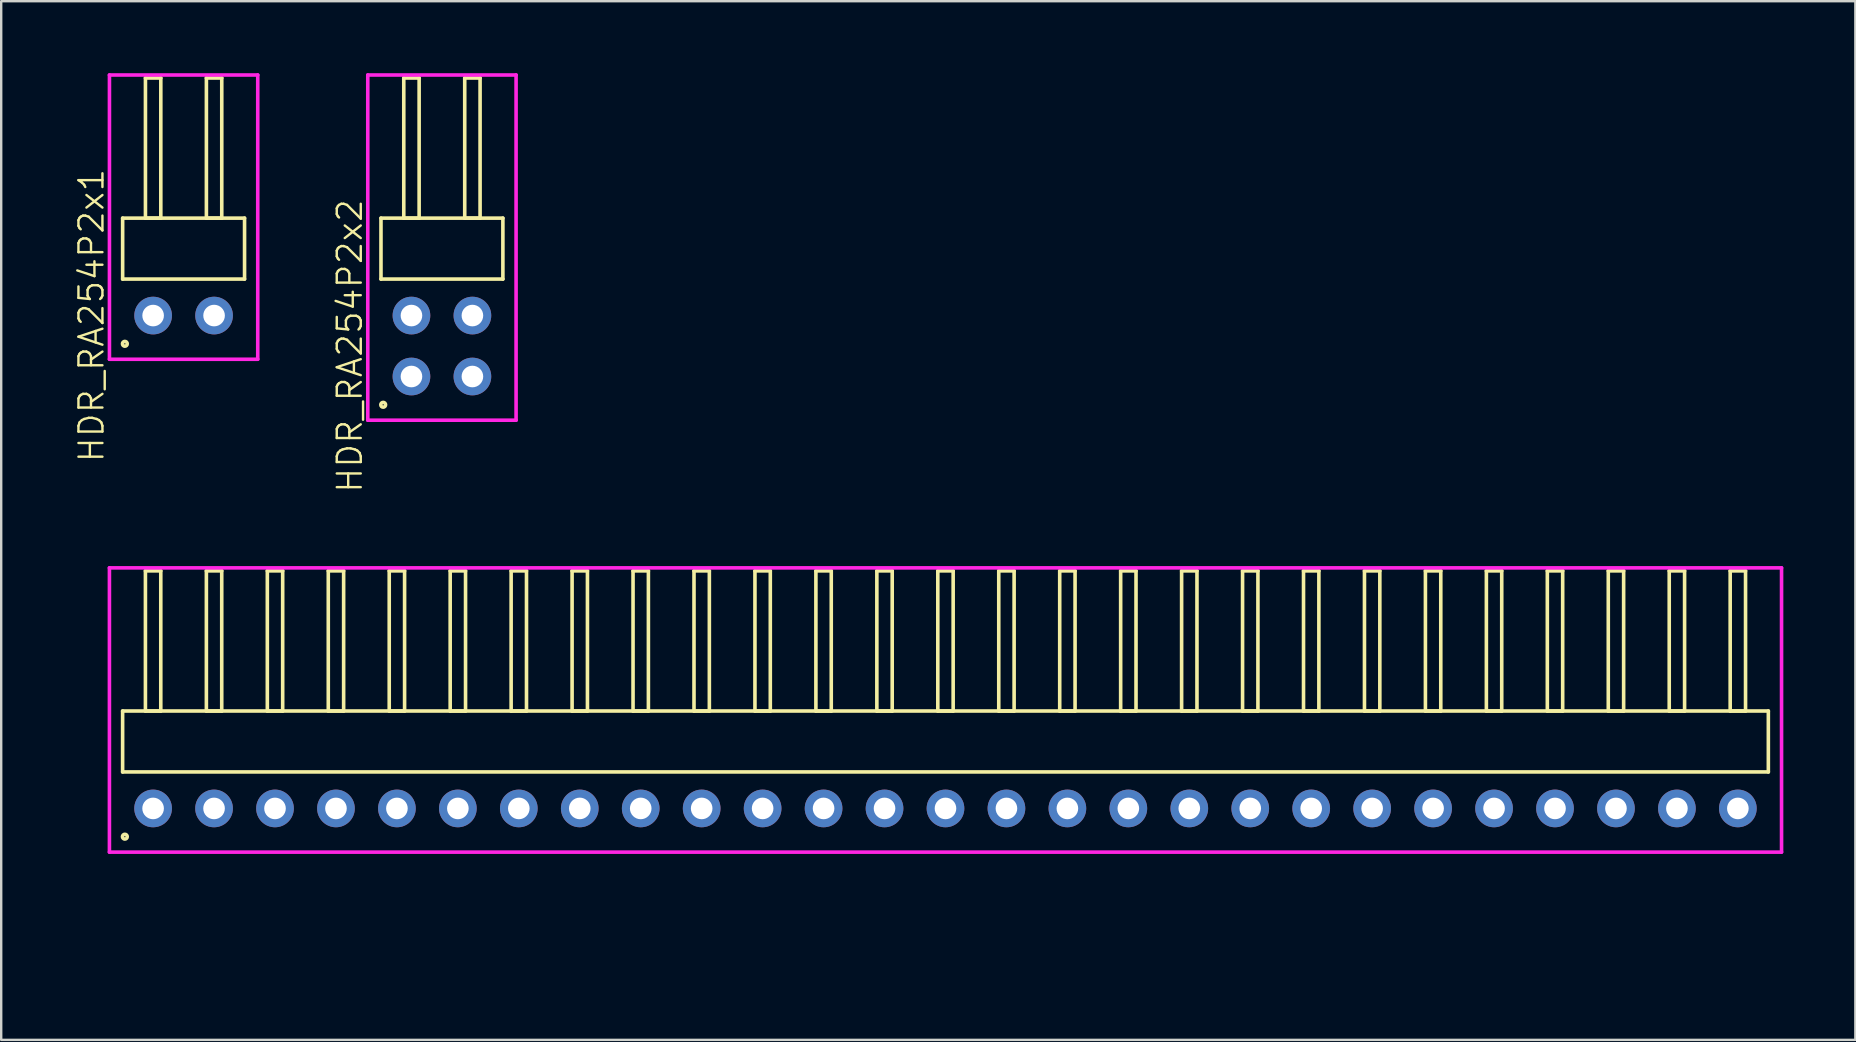
<source format=kicad_pcb>
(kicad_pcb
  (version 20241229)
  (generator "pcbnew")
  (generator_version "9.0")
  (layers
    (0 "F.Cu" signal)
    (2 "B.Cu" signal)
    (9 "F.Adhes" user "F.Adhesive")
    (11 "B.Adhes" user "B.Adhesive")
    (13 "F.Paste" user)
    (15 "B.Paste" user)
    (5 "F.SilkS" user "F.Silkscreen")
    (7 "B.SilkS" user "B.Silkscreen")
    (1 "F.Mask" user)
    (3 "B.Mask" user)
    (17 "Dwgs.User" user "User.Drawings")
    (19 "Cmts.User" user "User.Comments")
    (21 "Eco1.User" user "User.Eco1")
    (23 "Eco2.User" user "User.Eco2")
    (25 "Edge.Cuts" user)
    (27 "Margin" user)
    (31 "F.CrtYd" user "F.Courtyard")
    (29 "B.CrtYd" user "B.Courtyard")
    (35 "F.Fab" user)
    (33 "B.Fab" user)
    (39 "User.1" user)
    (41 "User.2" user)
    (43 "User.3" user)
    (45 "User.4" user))
  (footprint "HDR_RA254P27x1"
    (layer "F.Cu")
    (at 36.35 30.639)
    (property "Reference" "HDR_RA254P27x1" (at -35.59 0 90) (layer "User.1") (effects (font (size 1 1) (thickness 0.1))))
    (attr through_hole)
    (fp_line (start -34.29 -4.06) (end -34.29 -1.52) (stroke (width 0.15) (type solid)) (layer "F.SilkS"))
    (fp_line (start -34.29 -1.52) (end 34.29 -1.52) (stroke (width 0.15) (type solid)) (layer "F.SilkS"))
    (fp_line (start -33.34 -9.9) (end -33.34 -4.06) (stroke (width 0.15) (type solid)) (layer "F.SilkS"))
    (fp_line (start -33.34 -4.06) (end -32.7 -4.06) (stroke (width 0.15) (type solid)) (layer "F.SilkS"))
    (fp_line (start -32.7 -9.9) (end -33.34 -9.9) (stroke (width 0.15) (type solid)) (layer "F.SilkS"))
    (fp_line (start -32.7 -4.06) (end -32.7 -9.9) (stroke (width 0.15) (type solid)) (layer "F.SilkS"))
    (fp_line (start -30.8 -9.9) (end -30.8 -4.06) (stroke (width 0.15) (type solid)) (layer "F.SilkS"))
    (fp_line (start -30.8 -4.06) (end -30.16 -4.06) (stroke (width 0.15) (type solid)) (layer "F.SilkS"))
    (fp_line (start -30.16 -9.9) (end -30.8 -9.9) (stroke (width 0.15) (type solid)) (layer "F.SilkS"))
    (fp_line (start -30.16 -4.06) (end -30.16 -9.9) (stroke (width 0.15) (type solid)) (layer "F.SilkS"))
    (fp_line (start -28.26 -9.9) (end -28.26 -4.06) (stroke (width 0.15) (type solid)) (layer "F.SilkS"))
    (fp_line (start -28.26 -4.06) (end -27.62 -4.06) (stroke (width 0.15) (type solid)) (layer "F.SilkS"))
    (fp_line (start -27.62 -9.9) (end -28.26 -9.9) (stroke (width 0.15) (type solid)) (layer "F.SilkS"))
    (fp_line (start -27.62 -4.06) (end -27.62 -9.9) (stroke (width 0.15) (type solid)) (layer "F.SilkS"))
    (fp_line (start -25.72 -9.9) (end -25.72 -4.06) (stroke (width 0.15) (type solid)) (layer "F.SilkS"))
    (fp_line (start -25.72 -4.06) (end -25.08 -4.06) (stroke (width 0.15) (type solid)) (layer "F.SilkS"))
    (fp_line (start -25.08 -9.9) (end -25.72 -9.9) (stroke (width 0.15) (type solid)) (layer "F.SilkS"))
    (fp_line (start -25.08 -4.06) (end -25.08 -9.9) (stroke (width 0.15) (type solid)) (layer "F.SilkS"))
    (fp_line (start -23.18 -9.9) (end -23.18 -4.06) (stroke (width 0.15) (type solid)) (layer "F.SilkS"))
    (fp_line (start -23.18 -4.06) (end -22.54 -4.06) (stroke (width 0.15) (type solid)) (layer "F.SilkS"))
    (fp_line (start -22.54 -9.9) (end -23.18 -9.9) (stroke (width 0.15) (type solid)) (layer "F.SilkS"))
    (fp_line (start -22.54 -4.06) (end -22.54 -9.9) (stroke (width 0.15) (type solid)) (layer "F.SilkS"))
    (fp_line (start -20.64 -9.9) (end -20.64 -4.06) (stroke (width 0.15) (type solid)) (layer "F.SilkS"))
    (fp_line (start -20.64 -4.06) (end -20 -4.06) (stroke (width 0.15) (type solid)) (layer "F.SilkS"))
    (fp_line (start -20 -9.9) (end -20.64 -9.9) (stroke (width 0.15) (type solid)) (layer "F.SilkS"))
    (fp_line (start -20 -4.06) (end -20 -9.9) (stroke (width 0.15) (type solid)) (layer "F.SilkS"))
    (fp_line (start -18.1 -9.9) (end -18.1 -4.06) (stroke (width 0.15) (type solid)) (layer "F.SilkS"))
    (fp_line (start -18.1 -4.06) (end -17.46 -4.06) (stroke (width 0.15) (type solid)) (layer "F.SilkS"))
    (fp_line (start -17.46 -9.9) (end -18.1 -9.9) (stroke (width 0.15) (type solid)) (layer "F.SilkS"))
    (fp_line (start -17.46 -4.06) (end -17.46 -9.9) (stroke (width 0.15) (type solid)) (layer "F.SilkS"))
    (fp_line (start -15.56 -9.9) (end -15.56 -4.06) (stroke (width 0.15) (type solid)) (layer "F.SilkS"))
    (fp_line (start -15.56 -4.06) (end -14.92 -4.06) (stroke (width 0.15) (type solid)) (layer "F.SilkS"))
    (fp_line (start -14.92 -9.9) (end -15.56 -9.9) (stroke (width 0.15) (type solid)) (layer "F.SilkS"))
    (fp_line (start -14.92 -4.06) (end -14.92 -9.9) (stroke (width 0.15) (type solid)) (layer "F.SilkS"))
    (fp_line (start -13.02 -9.9) (end -13.02 -4.06) (stroke (width 0.15) (type solid)) (layer "F.SilkS"))
    (fp_line (start -13.02 -4.06) (end -12.38 -4.06) (stroke (width 0.15) (type solid)) (layer "F.SilkS"))
    (fp_line (start -12.38 -9.9) (end -13.02 -9.9) (stroke (width 0.15) (type solid)) (layer "F.SilkS"))
    (fp_line (start -12.38 -4.06) (end -12.38 -9.9) (stroke (width 0.15) (type solid)) (layer "F.SilkS"))
    (fp_line (start -10.48 -9.9) (end -10.48 -4.06) (stroke (width 0.15) (type solid)) (layer "F.SilkS"))
    (fp_line (start -10.48 -4.06) (end -9.84 -4.06) (stroke (width 0.15) (type solid)) (layer "F.SilkS"))
    (fp_line (start -9.84 -9.9) (end -10.48 -9.9) (stroke (width 0.15) (type solid)) (layer "F.SilkS"))
    (fp_line (start -9.84 -4.06) (end -9.84 -9.9) (stroke (width 0.15) (type solid)) (layer "F.SilkS"))
    (fp_line (start -7.94 -9.9) (end -7.94 -4.06) (stroke (width 0.15) (type solid)) (layer "F.SilkS"))
    (fp_line (start -7.94 -4.06) (end -7.3 -4.06) (stroke (width 0.15) (type solid)) (layer "F.SilkS"))
    (fp_line (start -7.3 -9.9) (end -7.94 -9.9) (stroke (width 0.15) (type solid)) (layer "F.SilkS"))
    (fp_line (start -7.3 -4.06) (end -7.3 -9.9) (stroke (width 0.15) (type solid)) (layer "F.SilkS"))
    (fp_line (start -5.4 -9.9) (end -5.4 -4.06) (stroke (width 0.15) (type solid)) (layer "F.SilkS"))
    (fp_line (start -5.4 -4.06) (end -4.76 -4.06) (stroke (width 0.15) (type solid)) (layer "F.SilkS"))
    (fp_line (start -4.76 -9.9) (end -5.4 -9.9) (stroke (width 0.15) (type solid)) (layer "F.SilkS"))
    (fp_line (start -4.76 -4.06) (end -4.76 -9.9) (stroke (width 0.15) (type solid)) (layer "F.SilkS"))
    (fp_line (start -2.86 -9.9) (end -2.86 -4.06) (stroke (width 0.15) (type solid)) (layer "F.SilkS"))
    (fp_line (start -2.86 -4.06) (end -2.22 -4.06) (stroke (width 0.15) (type solid)) (layer "F.SilkS"))
    (fp_line (start -2.22 -9.9) (end -2.86 -9.9) (stroke (width 0.15) (type solid)) (layer "F.SilkS"))
    (fp_line (start -2.22 -4.06) (end -2.22 -9.9) (stroke (width 0.15) (type solid)) (layer "F.SilkS"))
    (fp_line (start -0.32 -9.9) (end -0.32 -4.06) (stroke (width 0.15) (type solid)) (layer "F.SilkS"))
    (fp_line (start -0.32 -4.06) (end 0.32 -4.06) (stroke (width 0.15) (type solid)) (layer "F.SilkS"))
    (fp_line (start 0.32 -9.9) (end -0.32 -9.9) (stroke (width 0.15) (type solid)) (layer "F.SilkS"))
    (fp_line (start 0.32 -4.06) (end 0.32 -9.9) (stroke (width 0.15) (type solid)) (layer "F.SilkS"))
    (fp_line (start 2.22 -9.9) (end 2.22 -4.06) (stroke (width 0.15) (type solid)) (layer "F.SilkS"))
    (fp_line (start 2.22 -4.06) (end 2.86 -4.06) (stroke (width 0.15) (type solid)) (layer "F.SilkS"))
    (fp_line (start 2.86 -9.9) (end 2.22 -9.9) (stroke (width 0.15) (type solid)) (layer "F.SilkS"))
    (fp_line (start 2.86 -4.06) (end 2.86 -9.9) (stroke (width 0.15) (type solid)) (layer "F.SilkS"))
    (fp_line (start 4.76 -9.9) (end 4.76 -4.06) (stroke (width 0.15) (type solid)) (layer "F.SilkS"))
    (fp_line (start 4.76 -4.06) (end 5.4 -4.06) (stroke (width 0.15) (type solid)) (layer "F.SilkS"))
    (fp_line (start 5.4 -9.9) (end 4.76 -9.9) (stroke (width 0.15) (type solid)) (layer "F.SilkS"))
    (fp_line (start 5.4 -4.06) (end 5.4 -9.9) (stroke (width 0.15) (type solid)) (layer "F.SilkS"))
    (fp_line (start 7.3 -9.9) (end 7.3 -4.06) (stroke (width 0.15) (type solid)) (layer "F.SilkS"))
    (fp_line (start 7.3 -4.06) (end 7.94 -4.06) (stroke (width 0.15) (type solid)) (layer "F.SilkS"))
    (fp_line (start 7.94 -9.9) (end 7.3 -9.9) (stroke (width 0.15) (type solid)) (layer "F.SilkS"))
    (fp_line (start 7.94 -4.06) (end 7.94 -9.9) (stroke (width 0.15) (type solid)) (layer "F.SilkS"))
    (fp_line (start 9.84 -9.9) (end 9.84 -4.06) (stroke (width 0.15) (type solid)) (layer "F.SilkS"))
    (fp_line (start 9.84 -4.06) (end 10.48 -4.06) (stroke (width 0.15) (type solid)) (layer "F.SilkS"))
    (fp_line (start 10.48 -9.9) (end 9.84 -9.9) (stroke (width 0.15) (type solid)) (layer "F.SilkS"))
    (fp_line (start 10.48 -4.06) (end 10.48 -9.9) (stroke (width 0.15) (type solid)) (layer "F.SilkS"))
    (fp_line (start 12.38 -9.9) (end 12.38 -4.06) (stroke (width 0.15) (type solid)) (layer "F.SilkS"))
    (fp_line (start 12.38 -4.06) (end 13.02 -4.06) (stroke (width 0.15) (type solid)) (layer "F.SilkS"))
    (fp_line (start 13.02 -9.9) (end 12.38 -9.9) (stroke (width 0.15) (type solid)) (layer "F.SilkS"))
    (fp_line (start 13.02 -4.06) (end 13.02 -9.9) (stroke (width 0.15) (type solid)) (layer "F.SilkS"))
    (fp_line (start 14.92 -9.9) (end 14.92 -4.06) (stroke (width 0.15) (type solid)) (layer "F.SilkS"))
    (fp_line (start 14.92 -4.06) (end 15.56 -4.06) (stroke (width 0.15) (type solid)) (layer "F.SilkS"))
    (fp_line (start 15.56 -9.9) (end 14.92 -9.9) (stroke (width 0.15) (type solid)) (layer "F.SilkS"))
    (fp_line (start 15.56 -4.06) (end 15.56 -9.9) (stroke (width 0.15) (type solid)) (layer "F.SilkS"))
    (fp_line (start 17.46 -9.9) (end 17.46 -4.06) (stroke (width 0.15) (type solid)) (layer "F.SilkS"))
    (fp_line (start 17.46 -4.06) (end 18.1 -4.06) (stroke (width 0.15) (type solid)) (layer "F.SilkS"))
    (fp_line (start 18.1 -9.9) (end 17.46 -9.9) (stroke (width 0.15) (type solid)) (layer "F.SilkS"))
    (fp_line (start 18.1 -4.06) (end 18.1 -9.9) (stroke (width 0.15) (type solid)) (layer "F.SilkS"))
    (fp_line (start 20 -9.9) (end 20 -4.06) (stroke (width 0.15) (type solid)) (layer "F.SilkS"))
    (fp_line (start 20 -4.06) (end 20.64 -4.06) (stroke (width 0.15) (type solid)) (layer "F.SilkS"))
    (fp_line (start 20.64 -9.9) (end 20 -9.9) (stroke (width 0.15) (type solid)) (layer "F.SilkS"))
    (fp_line (start 20.64 -4.06) (end 20.64 -9.9) (stroke (width 0.15) (type solid)) (layer "F.SilkS"))
    (fp_line (start 22.54 -9.9) (end 22.54 -4.06) (stroke (width 0.15) (type solid)) (layer "F.SilkS"))
    (fp_line (start 22.54 -4.06) (end 23.18 -4.06) (stroke (width 0.15) (type solid)) (layer "F.SilkS"))
    (fp_line (start 23.18 -9.9) (end 22.54 -9.9) (stroke (width 0.15) (type solid)) (layer "F.SilkS"))
    (fp_line (start 23.18 -4.06) (end 23.18 -9.9) (stroke (width 0.15) (type solid)) (layer "F.SilkS"))
    (fp_line (start 25.08 -9.9) (end 25.08 -4.06) (stroke (width 0.15) (type solid)) (layer "F.SilkS"))
    (fp_line (start 25.08 -4.06) (end 25.72 -4.06) (stroke (width 0.15) (type solid)) (layer "F.SilkS"))
    (fp_line (start 25.72 -9.9) (end 25.08 -9.9) (stroke (width 0.15) (type solid)) (layer "F.SilkS"))
    (fp_line (start 25.72 -4.06) (end 25.72 -9.9) (stroke (width 0.15) (type solid)) (layer "F.SilkS"))
    (fp_line (start 27.62 -9.9) (end 27.62 -4.06) (stroke (width 0.15) (type solid)) (layer "F.SilkS"))
    (fp_line (start 27.62 -4.06) (end 28.26 -4.06) (stroke (width 0.15) (type solid)) (layer "F.SilkS"))
    (fp_line (start 28.26 -9.9) (end 27.62 -9.9) (stroke (width 0.15) (type solid)) (layer "F.SilkS"))
    (fp_line (start 28.26 -4.06) (end 28.26 -9.9) (stroke (width 0.15) (type solid)) (layer "F.SilkS"))
    (fp_line (start 30.16 -9.9) (end 30.16 -4.06) (stroke (width 0.15) (type solid)) (layer "F.SilkS"))
    (fp_line (start 30.16 -4.06) (end 30.8 -4.06) (stroke (width 0.15) (type solid)) (layer "F.SilkS"))
    (fp_line (start 30.8 -9.9) (end 30.16 -9.9) (stroke (width 0.15) (type solid)) (layer "F.SilkS"))
    (fp_line (start 30.8 -4.06) (end 30.8 -9.9) (stroke (width 0.15) (type solid)) (layer "F.SilkS"))
    (fp_line (start 32.7 -9.9) (end 32.7 -4.06) (stroke (width 0.15) (type solid)) (layer "F.SilkS"))
    (fp_line (start 32.7 -4.06) (end 33.34 -4.06) (stroke (width 0.15) (type solid)) (layer "F.SilkS"))
    (fp_line (start 33.34 -9.9) (end 32.7 -9.9) (stroke (width 0.15) (type solid)) (layer "F.SilkS"))
    (fp_line (start 33.34 -4.06) (end 33.34 -9.9) (stroke (width 0.15) (type solid)) (layer "F.SilkS"))
    (fp_line (start 34.29 -4.06) (end -34.29 -4.06) (stroke (width 0.15) (type solid)) (layer "F.SilkS"))
    (fp_line (start 34.29 -1.52) (end 34.29 -4.06) (stroke (width 0.15) (type solid)) (layer "F.SilkS"))
    (fp_circle (center -34.197 1.177) (end -34.097 1.177) (stroke (width 0.15) (type solid)) (fill no) (layer "F.SilkS"))
    (fp_line (start -34.84 -10.025) (end -34.84 1.82) (stroke (width 0.15) (type solid)) (layer "F.CrtYd"))
    (fp_line (start -34.84 1.82) (end 34.84 1.82) (stroke (width 0.15) (type solid)) (layer "F.CrtYd"))
    (fp_line (start 34.84 -10.025) (end -34.84 -10.025) (stroke (width 0.15) (type solid)) (layer "F.CrtYd"))
    (fp_line (start 34.84 1.82) (end 34.84 -10.025) (stroke (width 0.15) (type solid)) (layer "F.CrtYd"))
    (pad "1" thru_hole oval (at -33.02 0) (size 1.57 1.57) (drill 0.9) (layers "*.Cu" "*.Mask"))
    (pad "2" thru_hole oval (at -30.48 0) (size 1.57 1.57) (drill 0.9) (layers "*.Cu" "*.Mask"))
    (pad "3" thru_hole oval (at -27.94 0) (size 1.57 1.57) (drill 0.9) (layers "*.Cu" "*.Mask"))
    (pad "4" thru_hole oval (at -25.4 0) (size 1.57 1.57) (drill 0.9) (layers "*.Cu" "*.Mask"))
    (pad "5" thru_hole oval (at -22.86 0) (size 1.57 1.57) (drill 0.9) (layers "*.Cu" "*.Mask"))
    (pad "6" thru_hole oval (at -20.32 0) (size 1.57 1.57) (drill 0.9) (layers "*.Cu" "*.Mask"))
    (pad "7" thru_hole oval (at -17.78 0) (size 1.57 1.57) (drill 0.9) (layers "*.Cu" "*.Mask"))
    (pad "8" thru_hole oval (at -15.24 0) (size 1.57 1.57) (drill 0.9) (layers "*.Cu" "*.Mask"))
    (pad "9" thru_hole oval (at -12.7 0) (size 1.57 1.57) (drill 0.9) (layers "*.Cu" "*.Mask"))
    (pad "10" thru_hole oval (at -10.16 0) (size 1.57 1.57) (drill 0.9) (layers "*.Cu" "*.Mask"))
    (pad "11" thru_hole oval (at -7.62 0) (size 1.57 1.57) (drill 0.9) (layers "*.Cu" "*.Mask"))
    (pad "12" thru_hole oval (at -5.08 0) (size 1.57 1.57) (drill 0.9) (layers "*.Cu" "*.Mask"))
    (pad "13" thru_hole oval (at -2.54 0) (size 1.57 1.57) (drill 0.9) (layers "*.Cu" "*.Mask"))
    (pad "14" thru_hole oval (at 0 0) (size 1.57 1.57) (drill 0.9) (layers "*.Cu" "*.Mask"))
    (pad "15" thru_hole oval (at 2.54 0) (size 1.57 1.57) (drill 0.9) (layers "*.Cu" "*.Mask"))
    (pad "16" thru_hole oval (at 5.08 0) (size 1.57 1.57) (drill 0.9) (layers "*.Cu" "*.Mask"))
    (pad "17" thru_hole oval (at 7.62 0) (size 1.57 1.57) (drill 0.9) (layers "*.Cu" "*.Mask"))
    (pad "18" thru_hole oval (at 10.16 0) (size 1.57 1.57) (drill 0.9) (layers "*.Cu" "*.Mask"))
    (pad "19" thru_hole oval (at 12.7 0) (size 1.57 1.57) (drill 0.9) (layers "*.Cu" "*.Mask"))
    (pad "20" thru_hole oval (at 15.24 0) (size 1.57 1.57) (drill 0.9) (layers "*.Cu" "*.Mask"))
    (pad "21" thru_hole oval (at 17.78 0) (size 1.57 1.57) (drill 0.9) (layers "*.Cu" "*.Mask"))
    (pad "22" thru_hole oval (at 20.32 0) (size 1.57 1.57) (drill 0.9) (layers "*.Cu" "*.Mask"))
    (pad "23" thru_hole oval (at 22.86 0) (size 1.57 1.57) (drill 0.9) (layers "*.Cu" "*.Mask"))
    (pad "24" thru_hole oval (at 25.4 0) (size 1.57 1.57) (drill 0.9) (layers "*.Cu" "*.Mask"))
    (pad "25" thru_hole oval (at 27.94 0) (size 1.57 1.57) (drill 0.9) (layers "*.Cu" "*.Mask"))
    (pad "26" thru_hole oval (at 30.48 0) (size 1.57 1.57) (drill 0.9) (layers "*.Cu" "*.Mask"))
    (pad "27" thru_hole oval (at 33.02 0) (size 1.57 1.57) (drill 0.9) (layers "*.Cu" "*.Mask")))
  (footprint "HDR_RA254P2x2"
    (layer "F.Cu")
    (at 15.366 11.37)
    (property "Reference" "HDR_RA254P2x2" (at -3.84 0 90) (layer "F.SilkS") (effects (font (size 1 1) (thickness 0.1))))
    (attr through_hole)
    (fp_line (start -2.54 -5.33) (end -2.54 -2.79) (stroke (width 0.15) (type solid)) (layer "F.SilkS"))
    (fp_line (start -2.54 -2.79) (end 2.54 -2.79) (stroke (width 0.15) (type solid)) (layer "F.SilkS"))
    (fp_line (start -1.59 -11.17) (end -1.59 -5.33) (stroke (width 0.15) (type solid)) (layer "F.SilkS"))
    (fp_line (start -1.59 -5.33) (end -0.95 -5.33) (stroke (width 0.15) (type solid)) (layer "F.SilkS"))
    (fp_line (start -0.95 -11.17) (end -1.59 -11.17) (stroke (width 0.15) (type solid)) (layer "F.SilkS"))
    (fp_line (start -0.95 -5.33) (end -0.95 -11.17) (stroke (width 0.15) (type solid)) (layer "F.SilkS"))
    (fp_line (start 0.95 -11.17) (end 0.95 -5.33) (stroke (width 0.15) (type solid)) (layer "F.SilkS"))
    (fp_line (start 0.95 -5.33) (end 1.59 -5.33) (stroke (width 0.15) (type solid)) (layer "F.SilkS"))
    (fp_line (start 1.59 -11.17) (end 0.95 -11.17) (stroke (width 0.15) (type solid)) (layer "F.SilkS"))
    (fp_line (start 1.59 -5.33) (end 1.59 -11.17) (stroke (width 0.15) (type solid)) (layer "F.SilkS"))
    (fp_line (start 2.54 -5.33) (end -2.54 -5.33) (stroke (width 0.15) (type solid)) (layer "F.SilkS"))
    (fp_line (start 2.54 -2.79) (end 2.54 -5.33) (stroke (width 0.15) (type solid)) (layer "F.SilkS"))
    (fp_circle (center -2.448 2.448) (end -2.348 2.448) (stroke (width 0.15) (type solid)) (fill no) (layer "F.SilkS"))
    (fp_line (start -3.09 -11.295) (end -3.09 3.09) (stroke (width 0.15) (type solid)) (layer "F.CrtYd"))
    (fp_line (start -3.09 3.09) (end 3.09 3.09) (stroke (width 0.15) (type solid)) (layer "F.CrtYd"))
    (fp_line (start 3.09 -11.295) (end -3.09 -11.295) (stroke (width 0.15) (type solid)) (layer "F.CrtYd"))
    (fp_line (start 3.09 3.09) (end 3.09 -11.295) (stroke (width 0.15) (type solid)) (layer "F.CrtYd"))
    (pad "1" thru_hole oval (at -1.27 1.27) (size 1.57 1.57) (drill 0.9) (layers "*.Cu" "*.Mask"))
    (pad "2" thru_hole oval (at -1.27 -1.27) (size 1.57 1.57) (drill 0.9) (layers "*.Cu" "*.Mask"))
    (pad "3" thru_hole oval (at 1.27 1.27) (size 1.57 1.57) (drill 0.9) (layers "*.Cu" "*.Mask"))
    (pad "4" thru_hole oval (at 1.27 -1.27) (size 1.57 1.57) (drill 0.9) (layers "*.Cu" "*.Mask")))
  (footprint "HDR_RA254P2x1"
    (layer "F.Cu")
    (at 4.601 10.1)
    (property "Reference" "HDR_RA254P2x1" (at -3.84 0 90) (layer "F.SilkS") (effects (font (size 1 1) (thickness 0.1))))
    (attr through_hole)
    (fp_line (start -2.54 -4.06) (end -2.54 -1.52) (stroke (width 0.15) (type solid)) (layer "F.SilkS"))
    (fp_line (start -2.54 -1.52) (end 2.54 -1.52) (stroke (width 0.15) (type solid)) (layer "F.SilkS"))
    (fp_line (start -1.59 -9.9) (end -1.59 -4.06) (stroke (width 0.15) (type solid)) (layer "F.SilkS"))
    (fp_line (start -1.59 -4.06) (end -0.95 -4.06) (stroke (width 0.15) (type solid)) (layer "F.SilkS"))
    (fp_line (start -0.95 -9.9) (end -1.59 -9.9) (stroke (width 0.15) (type solid)) (layer "F.SilkS"))
    (fp_line (start -0.95 -4.06) (end -0.95 -9.9) (stroke (width 0.15) (type solid)) (layer "F.SilkS"))
    (fp_line (start 0.95 -9.9) (end 0.95 -4.06) (stroke (width 0.15) (type solid)) (layer "F.SilkS"))
    (fp_line (start 0.95 -4.06) (end 1.59 -4.06) (stroke (width 0.15) (type solid)) (layer "F.SilkS"))
    (fp_line (start 1.59 -9.9) (end 0.95 -9.9) (stroke (width 0.15) (type solid)) (layer "F.SilkS"))
    (fp_line (start 1.59 -4.06) (end 1.59 -9.9) (stroke (width 0.15) (type solid)) (layer "F.SilkS"))
    (fp_line (start 2.54 -4.06) (end -2.54 -4.06) (stroke (width 0.15) (type solid)) (layer "F.SilkS"))
    (fp_line (start 2.54 -1.52) (end 2.54 -4.06) (stroke (width 0.15) (type solid)) (layer "F.SilkS"))
    (fp_circle (center -2.448 1.177) (end -2.348 1.177) (stroke (width 0.15) (type solid)) (fill no) (layer "F.SilkS"))
    (fp_line (start -3.09 -10.025) (end -3.09 1.82) (stroke (width 0.15) (type solid)) (layer "F.CrtYd"))
    (fp_line (start -3.09 1.82) (end 3.09 1.82) (stroke (width 0.15) (type solid)) (layer "F.CrtYd"))
    (fp_line (start 3.09 -10.025) (end -3.09 -10.025) (stroke (width 0.15) (type solid)) (layer "F.CrtYd"))
    (fp_line (start 3.09 1.82) (end 3.09 -10.025) (stroke (width 0.15) (type solid)) (layer "F.CrtYd"))
    (pad "1" thru_hole oval (at -1.27 0) (size 1.57 1.57) (drill 0.9) (layers "*.Cu" "*.Mask"))
    (pad "2" thru_hole oval (at 1.27 0) (size 1.57 1.57) (drill 0.9) (layers "*.Cu" "*.Mask")))
  (gr_rect
    (start -3 -3)
    (end 74.266 40.284)
    (stroke (width 0.1) (type default))
    (fill no)
    (layer "Edge.Cuts")))
</source>
